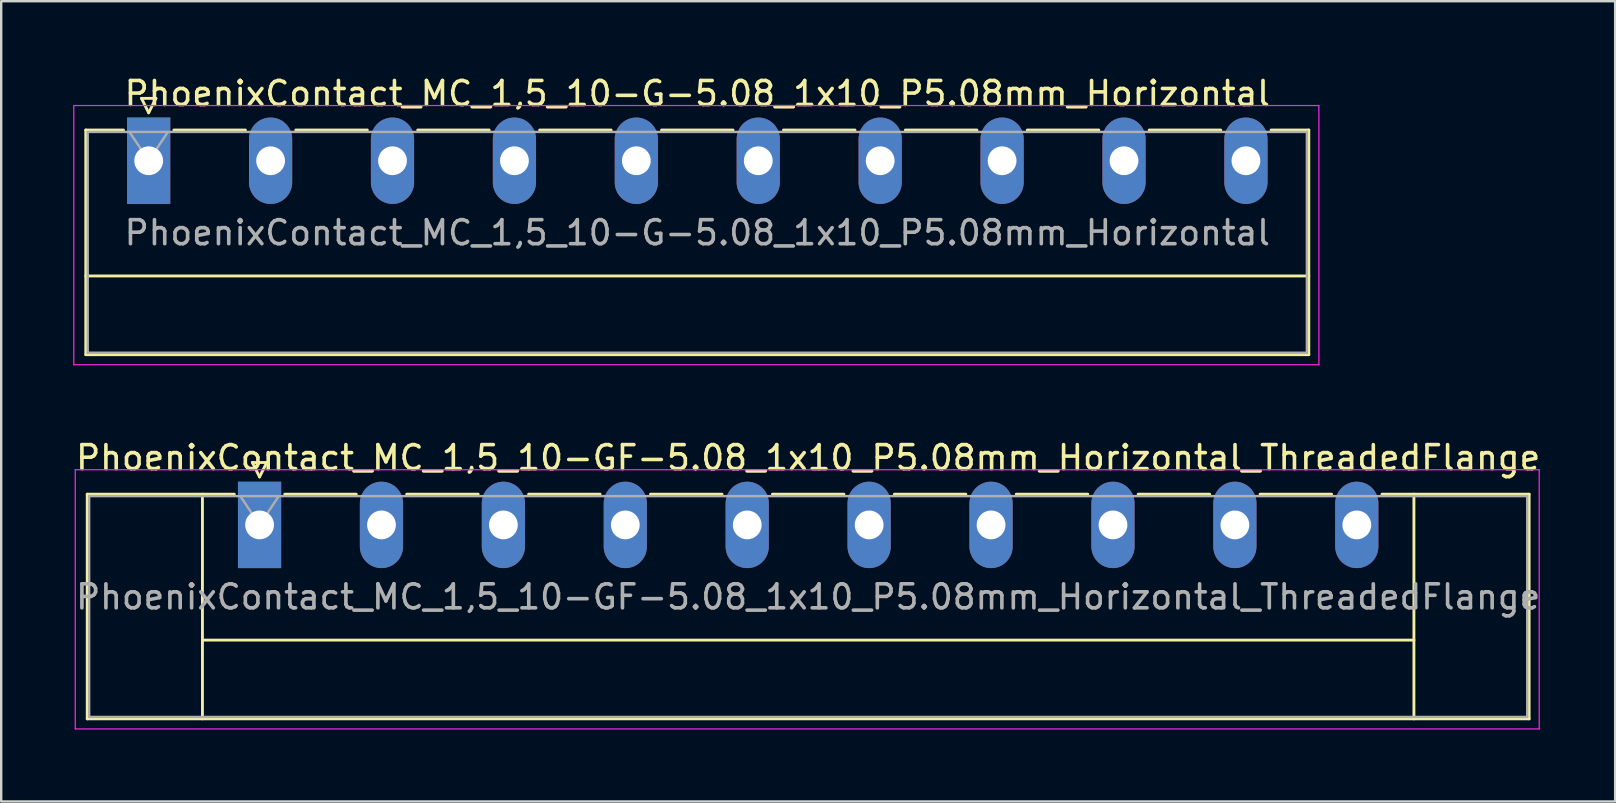
<source format=kicad_pcb>
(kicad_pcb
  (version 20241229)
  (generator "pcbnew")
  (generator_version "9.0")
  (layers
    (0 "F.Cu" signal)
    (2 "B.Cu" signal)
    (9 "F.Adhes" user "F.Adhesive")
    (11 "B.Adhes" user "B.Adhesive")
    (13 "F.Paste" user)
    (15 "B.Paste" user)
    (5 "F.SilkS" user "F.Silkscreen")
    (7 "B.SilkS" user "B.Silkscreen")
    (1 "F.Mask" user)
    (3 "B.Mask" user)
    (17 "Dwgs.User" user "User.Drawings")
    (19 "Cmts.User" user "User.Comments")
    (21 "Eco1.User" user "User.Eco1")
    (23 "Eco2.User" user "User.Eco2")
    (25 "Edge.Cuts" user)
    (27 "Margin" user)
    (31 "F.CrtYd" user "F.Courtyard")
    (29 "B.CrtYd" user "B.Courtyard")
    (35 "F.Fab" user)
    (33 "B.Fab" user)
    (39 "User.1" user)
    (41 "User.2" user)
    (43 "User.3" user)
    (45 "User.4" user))
  (footprint "PhoenixContact_MC_1,5_10-G-5.08_1x10_P5.08mm_Horizontal"
    (layer "F.Cu")
    (at 3.145 3.648)
    (property "Reference" "PhoenixContact_MC_1,5_10-G-5.08_1x10_P5.08mm_Horizontal" (at 22.86 -2.8 0) (layer "F.SilkS") (effects (font (size 1 1) (thickness 0.15))))
    (attr through_hole)
    (fp_line (start -2.62 -1.28) (end -2.62 8.08) (stroke (width 0.12) (type solid)) (layer "F.SilkS"))
    (fp_line (start -2.62 -1.28) (end -1.05 -1.28) (stroke (width 0.12) (type solid)) (layer "F.SilkS"))
    (fp_line (start -2.62 4.8) (end 48.34 4.8) (stroke (width 0.12) (type solid)) (layer "F.SilkS"))
    (fp_line (start -2.62 8.08) (end 48.34 8.08) (stroke (width 0.12) (type solid)) (layer "F.SilkS"))
    (fp_line (start -0.3 -2.6) (end 0.3 -2.6) (stroke (width 0.12) (type solid)) (layer "F.SilkS"))
    (fp_line (start 0 -2) (end -0.3 -2.6) (stroke (width 0.12) (type solid)) (layer "F.SilkS"))
    (fp_line (start 0.3 -2.6) (end 0 -2) (stroke (width 0.12) (type solid)) (layer "F.SilkS"))
    (fp_line (start 1.05 -1.28) (end 4.03 -1.28) (stroke (width 0.12) (type solid)) (layer "F.SilkS"))
    (fp_line (start 6.13 -1.28) (end 9.11 -1.28) (stroke (width 0.12) (type solid)) (layer "F.SilkS"))
    (fp_line (start 11.21 -1.28) (end 14.19 -1.28) (stroke (width 0.12) (type solid)) (layer "F.SilkS"))
    (fp_line (start 16.29 -1.28) (end 19.27 -1.28) (stroke (width 0.12) (type solid)) (layer "F.SilkS"))
    (fp_line (start 21.37 -1.28) (end 24.35 -1.28) (stroke (width 0.12) (type solid)) (layer "F.SilkS"))
    (fp_line (start 26.45 -1.28) (end 29.43 -1.28) (stroke (width 0.12) (type solid)) (layer "F.SilkS"))
    (fp_line (start 31.53 -1.28) (end 34.51 -1.28) (stroke (width 0.12) (type solid)) (layer "F.SilkS"))
    (fp_line (start 36.61 -1.28) (end 39.59 -1.28) (stroke (width 0.12) (type solid)) (layer "F.SilkS"))
    (fp_line (start 41.69 -1.28) (end 44.67 -1.28) (stroke (width 0.12) (type solid)) (layer "F.SilkS"))
    (fp_line (start 48.34 -1.28) (end 46.77 -1.28) (stroke (width 0.12) (type solid)) (layer "F.SilkS"))
    (fp_line (start 48.34 8.08) (end 48.34 -1.28) (stroke (width 0.12) (type solid)) (layer "F.SilkS"))
    (fp_line (start -3.12 -2.3) (end -3.12 8.5) (stroke (width 0.05) (type solid)) (layer "F.CrtYd"))
    (fp_line (start -3.12 8.5) (end 48.76 8.5) (stroke (width 0.05) (type solid)) (layer "F.CrtYd"))
    (fp_line (start 48.76 -2.3) (end -3.12 -2.3) (stroke (width 0.05) (type solid)) (layer "F.CrtYd"))
    (fp_line (start 48.76 8.5) (end 48.76 -2.3) (stroke (width 0.05) (type solid)) (layer "F.CrtYd"))
    (fp_line (start -2.54 -1.2) (end -2.54 8) (stroke (width 0.1) (type solid)) (layer "F.Fab"))
    (fp_line (start -2.54 8) (end 48.26 8) (stroke (width 0.1) (type solid)) (layer "F.Fab"))
    (fp_line (start 0 0) (end -0.8 -1.2) (stroke (width 0.1) (type solid)) (layer "F.Fab"))
    (fp_line (start 0.8 -1.2) (end 0 0) (stroke (width 0.1) (type solid)) (layer "F.Fab"))
    (fp_line (start 48.26 -1.2) (end -2.54 -1.2) (stroke (width 0.1) (type solid)) (layer "F.Fab"))
    (fp_line (start 48.26 8) (end 48.26 -1.2) (stroke (width 0.1) (type solid)) (layer "F.Fab"))
    (fp_text user "${REFERENCE}" (at 22.86 3 0) (layer "F.Fab") (effects (font (size 1 1) (thickness 0.15))))
    (pad "1" thru_hole rect (at 0 0) (size 1.8 3.6) (drill 1.2) (layers "*.Cu" "*.Mask"))
    (pad "2" thru_hole oval (at 5.08 0) (size 1.8 3.6) (drill 1.2) (layers "*.Cu" "*.Mask"))
    (pad "3" thru_hole oval (at 10.16 0) (size 1.8 3.6) (drill 1.2) (layers "*.Cu" "*.Mask"))
    (pad "4" thru_hole oval (at 15.24 0) (size 1.8 3.6) (drill 1.2) (layers "*.Cu" "*.Mask"))
    (pad "5" thru_hole oval (at 20.32 0) (size 1.8 3.6) (drill 1.2) (layers "*.Cu" "*.Mask"))
    (pad "6" thru_hole oval (at 25.4 0) (size 1.8 3.6) (drill 1.2) (layers "*.Cu" "*.Mask"))
    (pad "7" thru_hole oval (at 30.48 0) (size 1.8 3.6) (drill 1.2) (layers "*.Cu" "*.Mask"))
    (pad "8" thru_hole oval (at 35.56 0) (size 1.8 3.6) (drill 1.2) (layers "*.Cu" "*.Mask"))
    (pad "9" thru_hole oval (at 40.64 0) (size 1.8 3.6) (drill 1.2) (layers "*.Cu" "*.Mask"))
    (pad "10" thru_hole oval (at 45.72 0) (size 1.8 3.6) (drill 1.2) (layers "*.Cu" "*.Mask")))
  (footprint "PhoenixContact_MC_1,5_10-GF-5.08_1x10_P5.08mm_Horizontal_ThreadedFlange"
    (layer "F.Cu")
    (at 7.765 18.822)
    (property "Reference" "PhoenixContact_MC_1,5_10-GF-5.08_1x10_P5.08mm_Horizontal_ThreadedFlange" (at 22.86 -2.8 0) (layer "F.SilkS") (effects (font (size 1 1) (thickness 0.15))))
    (attr through_hole)
    (fp_line (start -7.18 -1.28) (end -7.18 8.08) (stroke (width 0.12) (type solid)) (layer "F.SilkS"))
    (fp_line (start -7.18 -1.28) (end -1.05 -1.28) (stroke (width 0.12) (type solid)) (layer "F.SilkS"))
    (fp_line (start -7.18 8.08) (end 52.9 8.08) (stroke (width 0.12) (type solid)) (layer "F.SilkS"))
    (fp_line (start -2.38 -1.28) (end -2.38 8.08) (stroke (width 0.12) (type solid)) (layer "F.SilkS"))
    (fp_line (start -2.38 4.8) (end 48.1 4.8) (stroke (width 0.12) (type solid)) (layer "F.SilkS"))
    (fp_line (start -0.3 -2.6) (end 0.3 -2.6) (stroke (width 0.12) (type solid)) (layer "F.SilkS"))
    (fp_line (start 0 -2) (end -0.3 -2.6) (stroke (width 0.12) (type solid)) (layer "F.SilkS"))
    (fp_line (start 0.3 -2.6) (end 0 -2) (stroke (width 0.12) (type solid)) (layer "F.SilkS"))
    (fp_line (start 1.05 -1.28) (end 4.03 -1.28) (stroke (width 0.12) (type solid)) (layer "F.SilkS"))
    (fp_line (start 6.13 -1.28) (end 9.11 -1.28) (stroke (width 0.12) (type solid)) (layer "F.SilkS"))
    (fp_line (start 11.21 -1.28) (end 14.19 -1.28) (stroke (width 0.12) (type solid)) (layer "F.SilkS"))
    (fp_line (start 16.29 -1.28) (end 19.27 -1.28) (stroke (width 0.12) (type solid)) (layer "F.SilkS"))
    (fp_line (start 21.37 -1.28) (end 24.35 -1.28) (stroke (width 0.12) (type solid)) (layer "F.SilkS"))
    (fp_line (start 26.45 -1.28) (end 29.43 -1.28) (stroke (width 0.12) (type solid)) (layer "F.SilkS"))
    (fp_line (start 31.53 -1.28) (end 34.51 -1.28) (stroke (width 0.12) (type solid)) (layer "F.SilkS"))
    (fp_line (start 36.61 -1.28) (end 39.59 -1.28) (stroke (width 0.12) (type solid)) (layer "F.SilkS"))
    (fp_line (start 41.69 -1.28) (end 44.67 -1.28) (stroke (width 0.12) (type solid)) (layer "F.SilkS"))
    (fp_line (start 48.1 -1.28) (end 48.1 8.08) (stroke (width 0.12) (type solid)) (layer "F.SilkS"))
    (fp_line (start 52.9 -1.28) (end 46.77 -1.28) (stroke (width 0.12) (type solid)) (layer "F.SilkS"))
    (fp_line (start 52.9 8.08) (end 52.9 -1.28) (stroke (width 0.12) (type solid)) (layer "F.SilkS"))
    (fp_line (start -7.68 -2.3) (end -7.68 8.5) (stroke (width 0.05) (type solid)) (layer "F.CrtYd"))
    (fp_line (start -7.68 8.5) (end 53.32 8.5) (stroke (width 0.05) (type solid)) (layer "F.CrtYd"))
    (fp_line (start 53.32 -2.3) (end -7.68 -2.3) (stroke (width 0.05) (type solid)) (layer "F.CrtYd"))
    (fp_line (start 53.32 8.5) (end 53.32 -2.3) (stroke (width 0.05) (type solid)) (layer "F.CrtYd"))
    (fp_line (start -7.1 -1.2) (end -7.1 8) (stroke (width 0.1) (type solid)) (layer "F.Fab"))
    (fp_line (start -7.1 8) (end 52.82 8) (stroke (width 0.1) (type solid)) (layer "F.Fab"))
    (fp_line (start 0 0) (end -0.8 -1.2) (stroke (width 0.1) (type solid)) (layer "F.Fab"))
    (fp_line (start 0.8 -1.2) (end 0 0) (stroke (width 0.1) (type solid)) (layer "F.Fab"))
    (fp_line (start 52.82 -1.2) (end -7.1 -1.2) (stroke (width 0.1) (type solid)) (layer "F.Fab"))
    (fp_line (start 52.82 8) (end 52.82 -1.2) (stroke (width 0.1) (type solid)) (layer "F.Fab"))
    (fp_text user "${REFERENCE}" (at 22.86 3 0) (layer "F.Fab") (effects (font (size 1 1) (thickness 0.15))))
    (pad "1" thru_hole rect (at 0 0) (size 1.8 3.6) (drill 1.2) (layers "*.Cu" "*.Mask"))
    (pad "2" thru_hole oval (at 5.08 0) (size 1.8 3.6) (drill 1.2) (layers "*.Cu" "*.Mask"))
    (pad "3" thru_hole oval (at 10.16 0) (size 1.8 3.6) (drill 1.2) (layers "*.Cu" "*.Mask"))
    (pad "4" thru_hole oval (at 15.24 0) (size 1.8 3.6) (drill 1.2) (layers "*.Cu" "*.Mask"))
    (pad "5" thru_hole oval (at 20.32 0) (size 1.8 3.6) (drill 1.2) (layers "*.Cu" "*.Mask"))
    (pad "6" thru_hole oval (at 25.4 0) (size 1.8 3.6) (drill 1.2) (layers "*.Cu" "*.Mask"))
    (pad "7" thru_hole oval (at 30.48 0) (size 1.8 3.6) (drill 1.2) (layers "*.Cu" "*.Mask"))
    (pad "8" thru_hole oval (at 35.56 0) (size 1.8 3.6) (drill 1.2) (layers "*.Cu" "*.Mask"))
    (pad "9" thru_hole oval (at 40.64 0) (size 1.8 3.6) (drill 1.2) (layers "*.Cu" "*.Mask"))
    (pad "10" thru_hole oval (at 45.72 0) (size 1.8 3.6) (drill 1.2) (layers "*.Cu" "*.Mask")))
  (gr_rect
    (start -3 -3)
    (end 64.25 30.346)
    (stroke (width 0.1) (type default))
    (fill no)
    (layer "Edge.Cuts")))
</source>
